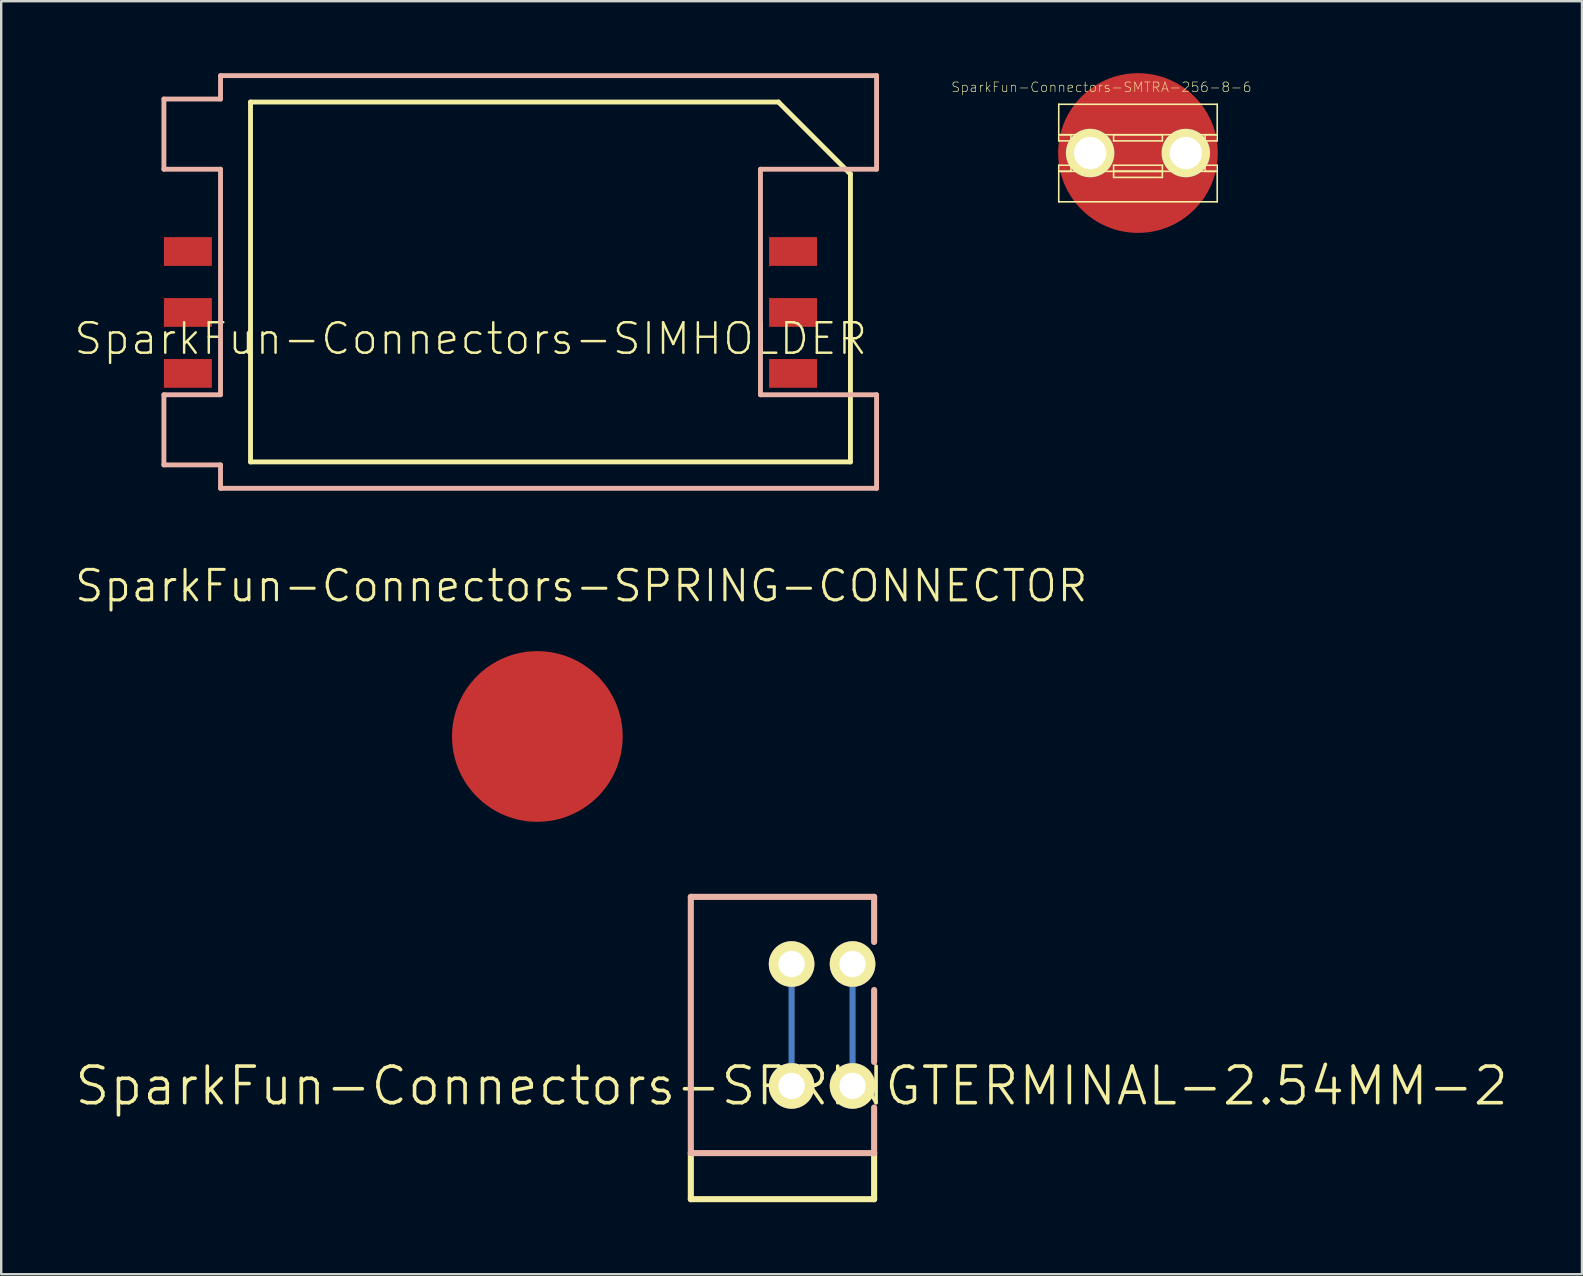
<source format=kicad_pcb>
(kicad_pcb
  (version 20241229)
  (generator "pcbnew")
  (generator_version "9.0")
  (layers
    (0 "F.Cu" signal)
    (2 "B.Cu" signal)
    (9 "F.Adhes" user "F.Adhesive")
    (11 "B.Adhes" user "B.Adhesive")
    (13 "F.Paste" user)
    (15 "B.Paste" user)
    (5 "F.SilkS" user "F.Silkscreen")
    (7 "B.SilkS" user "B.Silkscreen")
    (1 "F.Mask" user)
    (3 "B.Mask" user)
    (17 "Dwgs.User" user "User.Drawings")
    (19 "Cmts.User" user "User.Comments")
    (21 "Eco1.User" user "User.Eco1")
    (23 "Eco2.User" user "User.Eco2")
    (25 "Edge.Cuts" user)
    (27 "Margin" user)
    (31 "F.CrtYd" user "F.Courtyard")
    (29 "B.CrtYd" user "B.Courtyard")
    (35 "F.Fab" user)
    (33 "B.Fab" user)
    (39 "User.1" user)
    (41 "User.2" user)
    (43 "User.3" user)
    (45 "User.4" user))
  (footprint "SparkFun-Connectors-SPRINGTERMINAL-2.54MM-2"
    (layer "F.Cu")
    (at 29.936 42.201)
    (property "Reference" "SparkFun-Connectors-SPRINGTERMINAL-2.54MM-2" (at 0 0 0) (layer "F.SilkS") (effects (font (size 1.524 1.524) (thickness 0.15))))
    (attr exclude_from_pos_files exclude_from_bom)
    (fp_line (start 0 0) (end 0 -5.08) (stroke (width 0.254) (type solid)) (layer "B.Cu"))
    (fp_line (start 2.54 0) (end 2.54 -5.08) (stroke (width 0.254) (type solid)) (layer "B.Cu"))
    (fp_line (start -4.199 2.799) (end -4.199 4.719) (stroke (width 0.254) (type solid)) (layer "F.SilkS"))
    (fp_line (start -4.199 4.719) (end 3.439 4.719) (stroke (width 0.254) (type solid)) (layer "F.SilkS"))
    (fp_line (start 3.439 4.719) (end 3.439 2.799) (stroke (width 0.254) (type solid)) (layer "F.SilkS"))
    (fp_line (start -4.199 -7.879) (end -4.199 2.799) (stroke (width 0.254) (type solid)) (layer "B.SilkS"))
    (fp_line (start -4.199 2.799) (end 3.439 2.799) (stroke (width 0.254) (type solid)) (layer "B.SilkS"))
    (fp_line (start 3.439 -7.879) (end -4.199 -7.879) (stroke (width 0.254) (type solid)) (layer "B.SilkS"))
    (fp_line (start 3.439 -7.879) (end 3.439 -5.999) (stroke (width 0.254) (type solid)) (layer "B.SilkS"))
    (fp_line (start 3.439 -3.998) (end 3.439 -0.998) (stroke (width 0.254) (type solid)) (layer "B.SilkS"))
    (fp_line (start 3.439 0.899) (end 3.439 2.799) (stroke (width 0.254) (type solid)) (layer "B.SilkS"))
    (fp_line (start 0 0) (end 0 -5.08) (stroke (width 0.254) (type solid)) (layer "B.Adhes"))
    (fp_line (start 2.54 0) (end 2.54 -5.08) (stroke (width 0.254) (type solid)) (layer "B.Adhes"))
    (pad "1" thru_hole circle (at 0 0) (size 1.9 1.9) (drill 1.1) (layers "*.Cu" "F.Mask" "F.SilkS" "F.Paste"))
    (pad "2" thru_hole circle (at 2.54 0) (size 1.9 1.9) (drill 1.1) (layers "*.Cu" "F.Mask" "F.SilkS" "F.Paste"))
    (pad "P$2" thru_hole circle (at 0 -5.08) (size 1.9 1.9) (drill 1.1) (layers "*.Cu" "F.Mask" "F.SilkS" "F.Paste"))
    (pad "P$3" thru_hole circle (at 2.54 -5.08) (size 1.9 1.9) (drill 1.1) (layers "*.Cu" "F.Mask" "F.SilkS" "F.Paste")))
  (footprint "SparkFun-Connectors-SMTRA-256-8-6"
    (layer "F.Cu")
    (at 44.37 3.327)
    (property "Reference" "SparkFun-Connectors-SMTRA-256-8-6" (at -1.524 -2.743 0) (layer "F.SilkS") (effects (font (size 0.406 0.406) (thickness 0.025))))
    (attr smd)
    (fp_line (start -3.302 -2.032) (end 3.302 -2.032) (stroke (width 0.066) (type solid)) (layer "F.SilkS"))
    (fp_line (start -3.302 -0.762) (end -3.302 -2.032) (stroke (width 0.066) (type solid)) (layer "F.SilkS"))
    (fp_line (start -3.302 -0.762) (end -2.794 -0.762) (stroke (width 0.066) (type solid)) (layer "F.SilkS"))
    (fp_line (start -3.302 -0.762) (end 3.302 -0.762) (stroke (width 0.066) (type solid)) (layer "F.SilkS"))
    (fp_line (start -3.302 -0.508) (end -3.302 -0.762) (stroke (width 0.066) (type solid)) (layer "F.SilkS"))
    (fp_line (start -3.302 -0.508) (end -2.794 -0.508) (stroke (width 0.066) (type solid)) (layer "F.SilkS"))
    (fp_line (start -3.302 0.508) (end -2.794 0.508) (stroke (width 0.066) (type solid)) (layer "F.SilkS"))
    (fp_line (start -3.302 0.762) (end -3.302 0.508) (stroke (width 0.066) (type solid)) (layer "F.SilkS"))
    (fp_line (start -3.302 0.762) (end -2.794 0.762) (stroke (width 0.066) (type solid)) (layer "F.SilkS"))
    (fp_line (start -3.302 0.762) (end 3.302 0.762) (stroke (width 0.066) (type solid)) (layer "F.SilkS"))
    (fp_line (start -3.302 2.032) (end -3.302 0.762) (stroke (width 0.066) (type solid)) (layer "F.SilkS"))
    (fp_line (start -3.302 2.032) (end 3.302 2.032) (stroke (width 0.066) (type solid)) (layer "F.SilkS"))
    (fp_line (start -2.794 -0.508) (end -2.794 -0.762) (stroke (width 0.066) (type solid)) (layer "F.SilkS"))
    (fp_line (start -2.794 0.762) (end -2.794 0.508) (stroke (width 0.066) (type solid)) (layer "F.SilkS"))
    (fp_line (start -1.016 -0.762) (end 1.016 -0.762) (stroke (width 0.066) (type solid)) (layer "F.SilkS"))
    (fp_line (start -1.016 -0.508) (end -1.016 -0.762) (stroke (width 0.066) (type solid)) (layer "F.SilkS"))
    (fp_line (start -1.016 -0.508) (end 1.016 -0.508) (stroke (width 0.066) (type solid)) (layer "F.SilkS"))
    (fp_line (start -1.016 0.508) (end 1.016 0.508) (stroke (width 0.066) (type solid)) (layer "F.SilkS"))
    (fp_line (start -1.016 0.762) (end -1.016 0.508) (stroke (width 0.066) (type solid)) (layer "F.SilkS"))
    (fp_line (start -1.016 0.762) (end 1.016 0.762) (stroke (width 0.066) (type solid)) (layer "F.SilkS"))
    (fp_line (start -1.016 0.762) (end 1.016 0.762) (stroke (width 0.066) (type solid)) (layer "F.SilkS"))
    (fp_line (start -1.016 1.016) (end -1.016 0.762) (stroke (width 0.066) (type solid)) (layer "F.SilkS"))
    (fp_line (start -1.016 1.016) (end 1.016 1.016) (stroke (width 0.066) (type solid)) (layer "F.SilkS"))
    (fp_line (start 1.016 -0.508) (end 1.016 -0.762) (stroke (width 0.066) (type solid)) (layer "F.SilkS"))
    (fp_line (start 1.016 0.762) (end 1.016 0.508) (stroke (width 0.066) (type solid)) (layer "F.SilkS"))
    (fp_line (start 1.016 1.016) (end 1.016 0.762) (stroke (width 0.066) (type solid)) (layer "F.SilkS"))
    (fp_line (start 2.794 -0.762) (end 3.302 -0.762) (stroke (width 0.066) (type solid)) (layer "F.SilkS"))
    (fp_line (start 2.794 -0.508) (end 2.794 -0.762) (stroke (width 0.066) (type solid)) (layer "F.SilkS"))
    (fp_line (start 2.794 -0.508) (end 3.302 -0.508) (stroke (width 0.066) (type solid)) (layer "F.SilkS"))
    (fp_line (start 2.794 0.508) (end 3.302 0.508) (stroke (width 0.066) (type solid)) (layer "F.SilkS"))
    (fp_line (start 2.794 0.762) (end 2.794 0.508) (stroke (width 0.066) (type solid)) (layer "F.SilkS"))
    (fp_line (start 2.794 0.762) (end 3.302 0.762) (stroke (width 0.066) (type solid)) (layer "F.SilkS"))
    (fp_line (start 3.302 -0.762) (end 3.302 -2.032) (stroke (width 0.066) (type solid)) (layer "F.SilkS"))
    (fp_line (start 3.302 -0.508) (end 3.302 -0.762) (stroke (width 0.066) (type solid)) (layer "F.SilkS"))
    (fp_line (start 3.302 0.762) (end 3.302 0.508) (stroke (width 0.066) (type solid)) (layer "F.SilkS"))
    (fp_line (start 3.302 2.032) (end 3.302 0.762) (stroke (width 0.066) (type solid)) (layer "F.SilkS"))
    (pad "P$1" thru_hole circle (at -1.994 0) (size 2.019 2.019) (drill 1.346) (layers "*.Cu" "F.Mask" "F.SilkS" "F.Paste"))
    (pad "P$2" thru_hole circle (at 1.994 0) (size 2.019 2.019) (drill 1.346) (layers "*.Cu" "F.Mask" "F.SilkS" "F.Paste"))
    (pad "P$3" smd circle (at 0 0) (size 6.655 6.655) (layers "F.Cu" "F.Mask" "F.Paste")))
  (footprint "SparkFun-Connectors-SPRING-CONNECTOR"
    (layer "F.Cu")
    (at 19.341 27.639)
    (property "Reference" "SparkFun-Connectors-SPRING-CONNECTOR" (at 1.829 -6.274 0) (layer "F.SilkS") (effects (font (size 1.27 1.27) (thickness 0.127))))
    (attr smd)
    (pad "P$2" smd circle (at 0 0) (size 7.112 7.112) (layers "F.Cu" "F.Mask" "F.Paste")))
  (footprint "SparkFun-Connectors-SIMHOLDER"
    (layer "F.Cu")
    (at 17.389 8.7)
    (property "Reference" "SparkFun-Connectors-SIMHOLDER" (at -0.823 2.365 0) (layer "F.SilkS") (effects (font (size 1.27 1.27) (thickness 0.102))))
    (attr smd)
    (fp_line (start -10 -7.498) (end -10 7.498) (stroke (width 0.203) (type solid)) (layer "F.SilkS"))
    (fp_line (start -10 -7.498) (end 11.999 -7.498) (stroke (width 0.203) (type solid)) (layer "F.SilkS"))
    (fp_line (start 11.999 -7.498) (end 14.999 -4.498) (stroke (width 0.203) (type solid)) (layer "F.SilkS"))
    (fp_line (start 14.999 -4.498) (end 14.999 7.498) (stroke (width 0.203) (type solid)) (layer "F.SilkS"))
    (fp_line (start 14.999 7.498) (end -10 7.498) (stroke (width 0.203) (type solid)) (layer "F.SilkS"))
    (fp_line (start -13.609 -7.623) (end -13.609 -4.699) (stroke (width 0.203) (type solid)) (layer "B.SilkS"))
    (fp_line (start -13.609 -4.699) (end -11.25 -4.699) (stroke (width 0.203) (type solid)) (layer "B.SilkS"))
    (fp_line (start -13.609 7.623) (end -13.609 4.699) (stroke (width 0.203) (type solid)) (layer "B.SilkS"))
    (fp_line (start -13.609 7.623) (end -11.25 7.623) (stroke (width 0.203) (type solid)) (layer "B.SilkS"))
    (fp_line (start -11.25 -8.598) (end -11.25 -7.623) (stroke (width 0.203) (type solid)) (layer "B.SilkS"))
    (fp_line (start -11.25 -8.598) (end 16.088 -8.598) (stroke (width 0.203) (type solid)) (layer "B.SilkS"))
    (fp_line (start -11.25 -7.623) (end -13.609 -7.623) (stroke (width 0.203) (type solid)) (layer "B.SilkS"))
    (fp_line (start -11.25 4.699) (end -13.609 4.699) (stroke (width 0.203) (type solid)) (layer "B.SilkS"))
    (fp_line (start -11.25 4.699) (end -11.25 -4.699) (stroke (width 0.203) (type solid)) (layer "B.SilkS"))
    (fp_line (start -11.25 7.623) (end -11.25 8.598) (stroke (width 0.203) (type solid)) (layer "B.SilkS"))
    (fp_line (start 11.25 -4.699) (end 11.25 4.699) (stroke (width 0.203) (type solid)) (layer "B.SilkS"))
    (fp_line (start 11.25 4.699) (end 16.088 4.699) (stroke (width 0.203) (type solid)) (layer "B.SilkS"))
    (fp_line (start 16.088 -8.598) (end 16.088 -4.699) (stroke (width 0.203) (type solid)) (layer "B.SilkS"))
    (fp_line (start 16.088 -4.699) (end 11.25 -4.699) (stroke (width 0.203) (type solid)) (layer "B.SilkS"))
    (fp_line (start 16.088 4.699) (end 16.088 8.598) (stroke (width 0.203) (type solid)) (layer "B.SilkS"))
    (fp_line (start 16.088 8.598) (end -11.25 8.598) (stroke (width 0.203) (type solid)) (layer "B.SilkS"))
    (pad "C1" smd rect (at -12.609 3.81 90) (size 1.199 1.999) (layers "F.Cu" "F.Mask" "F.Paste"))
    (pad "C2" smd rect (at -12.609 1.27 90) (size 1.199 1.999) (layers "F.Cu" "F.Mask" "F.Paste"))
    (pad "C3" smd rect (at -12.609 -1.27 90) (size 1.199 1.999) (layers "F.Cu" "F.Mask" "F.Paste"))
    (pad "C5" smd rect (at 12.609 3.81 90) (size 1.199 1.999) (layers "F.Cu" "F.Mask" "F.Paste"))
    (pad "C6" smd rect (at 12.609 1.27 90) (size 1.199 1.999) (layers "F.Cu" "F.Mask" "F.Paste"))
    (pad "C7" smd rect (at 12.609 -1.27 90) (size 1.199 1.999) (layers "F.Cu" "F.Mask" "F.Paste")))
  (gr_rect
    (start -3 -3)
    (end 62.871 50.047)
    (stroke (width 0.1) (type default))
    (fill no)
    (layer "Edge.Cuts")))
</source>
